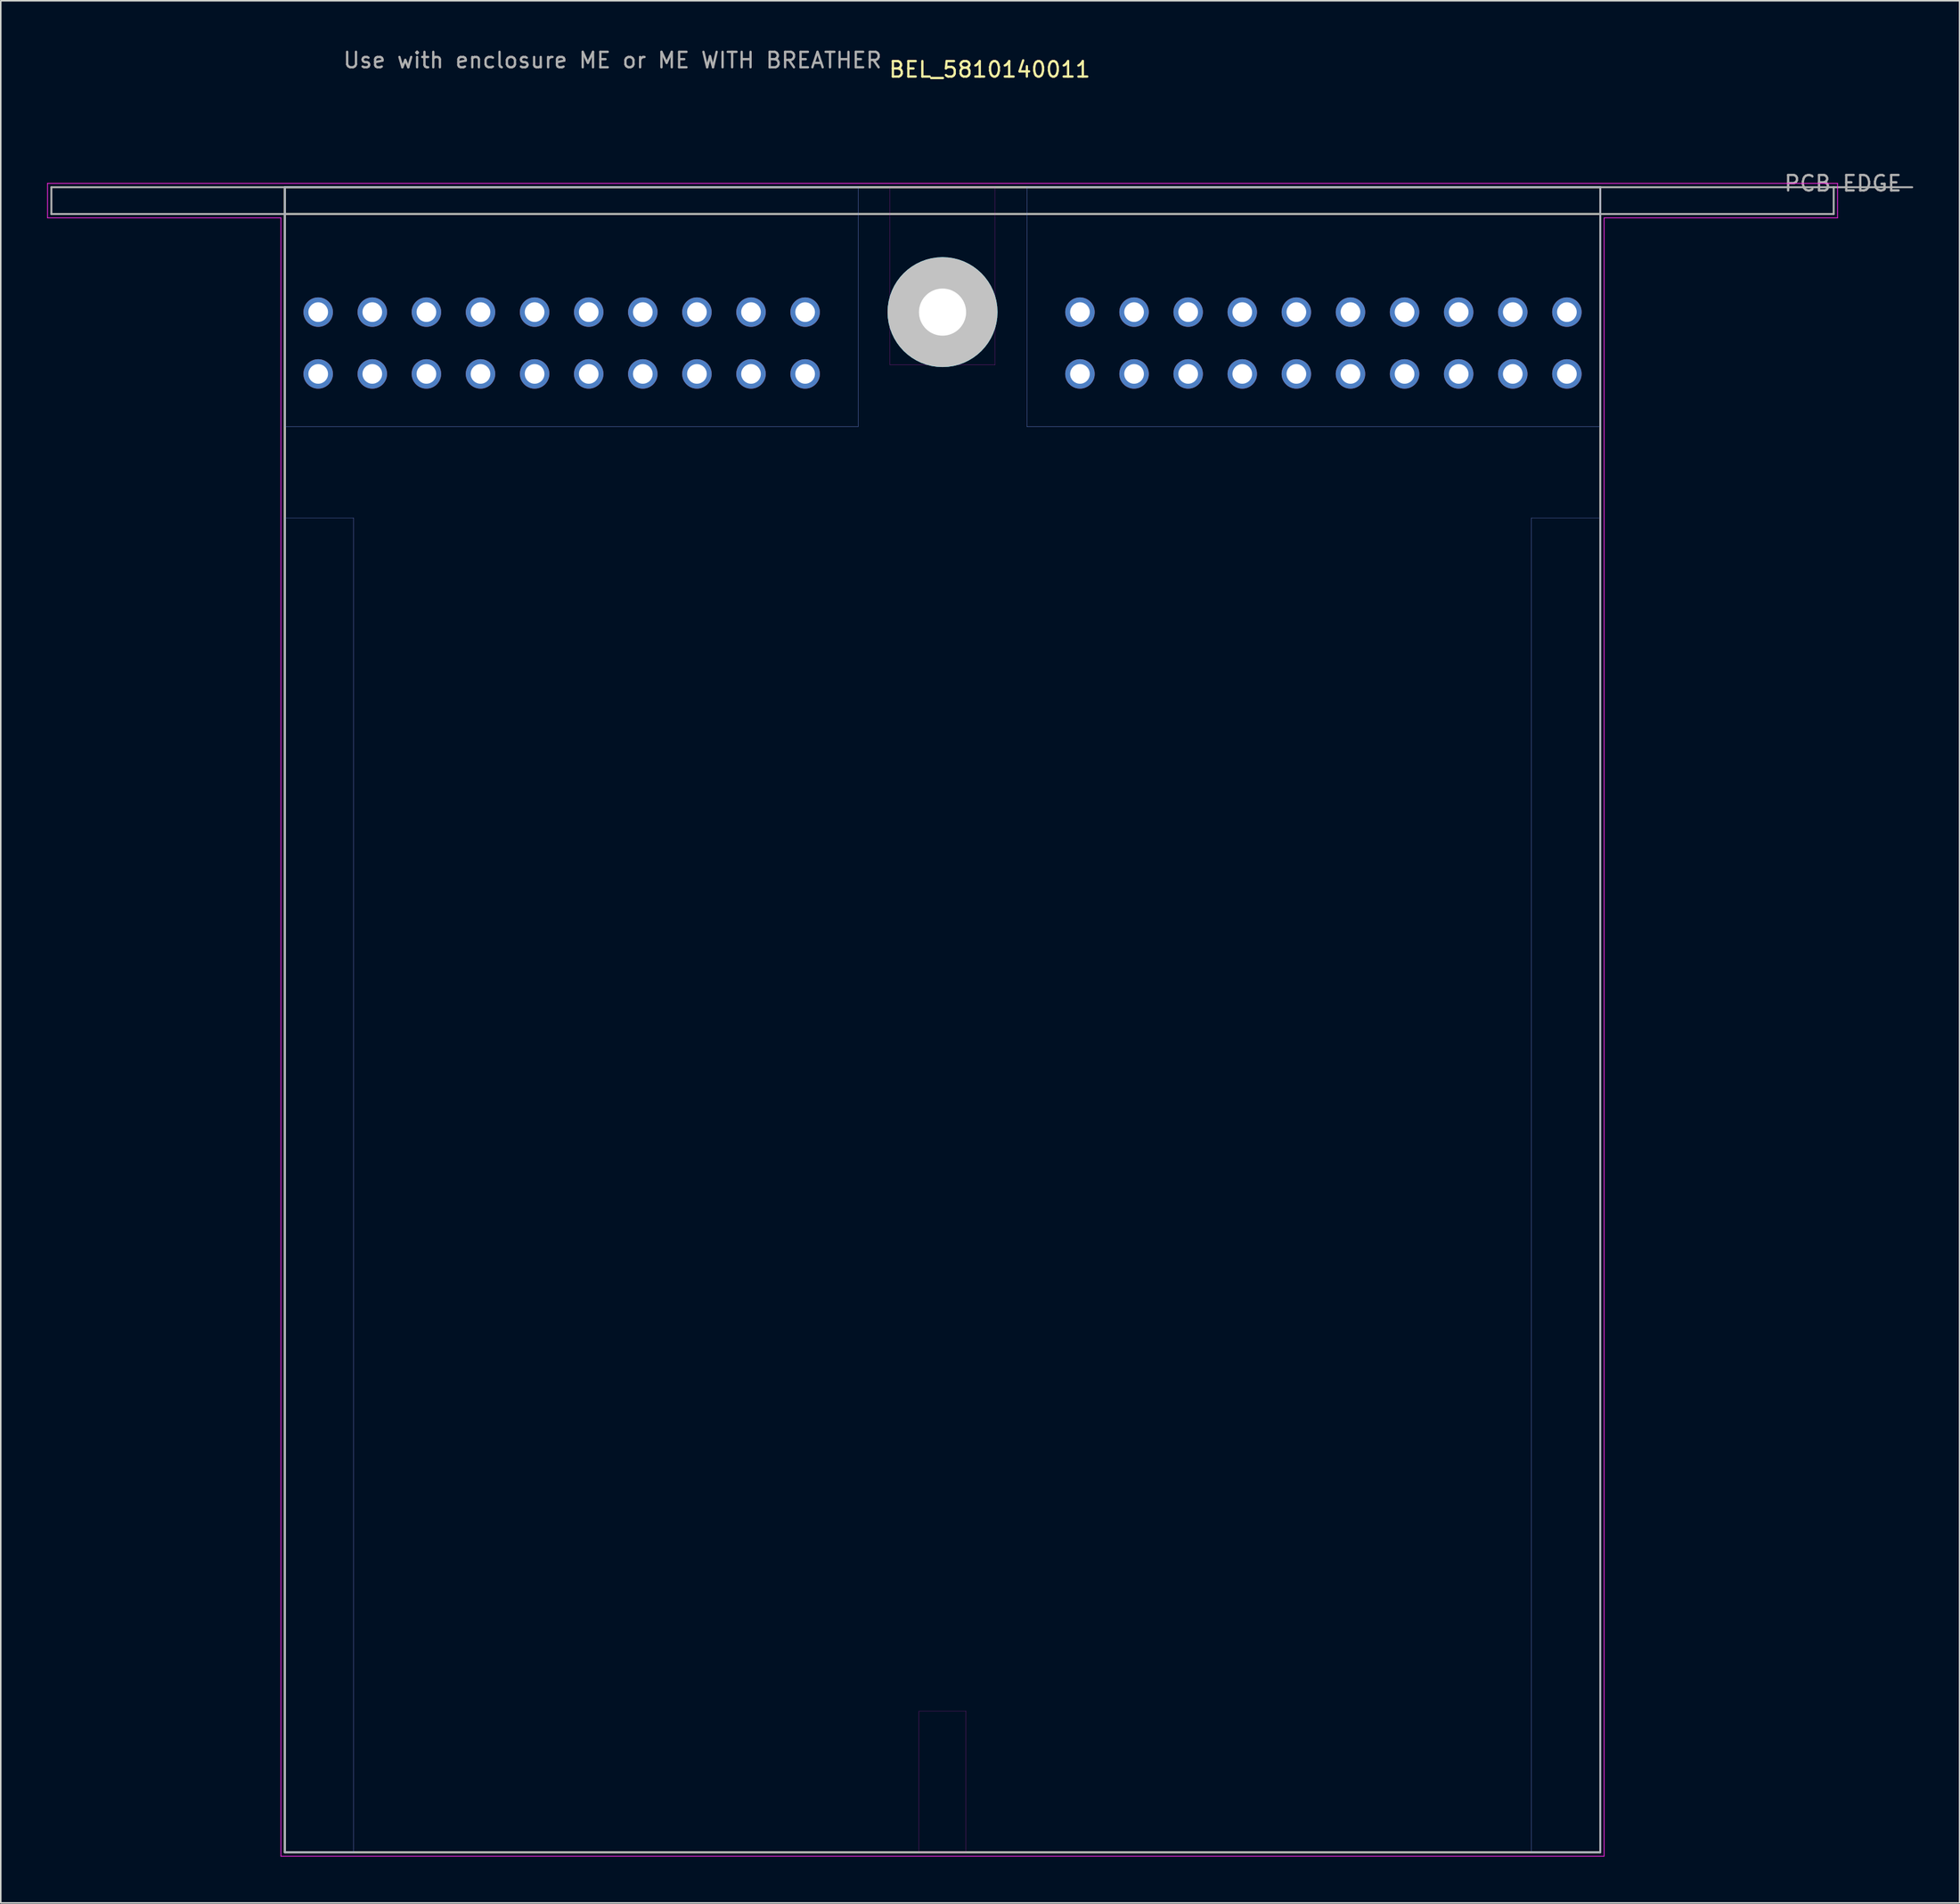
<source format=kicad_pcb>
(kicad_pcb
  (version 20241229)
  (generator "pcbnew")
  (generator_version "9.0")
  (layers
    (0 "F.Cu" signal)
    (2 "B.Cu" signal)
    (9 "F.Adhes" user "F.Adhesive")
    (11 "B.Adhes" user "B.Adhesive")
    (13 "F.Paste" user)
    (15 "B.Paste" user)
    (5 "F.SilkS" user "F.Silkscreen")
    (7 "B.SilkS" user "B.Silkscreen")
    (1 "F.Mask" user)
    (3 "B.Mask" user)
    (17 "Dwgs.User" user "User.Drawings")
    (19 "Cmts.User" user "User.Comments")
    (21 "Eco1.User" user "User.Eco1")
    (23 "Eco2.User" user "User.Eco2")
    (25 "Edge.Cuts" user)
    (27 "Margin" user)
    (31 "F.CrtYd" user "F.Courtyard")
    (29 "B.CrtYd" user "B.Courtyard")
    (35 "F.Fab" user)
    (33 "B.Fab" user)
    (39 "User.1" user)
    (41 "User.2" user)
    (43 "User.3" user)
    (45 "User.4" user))
  (footprint "BEL_5810140011"
    (layer "F.Cu")
    (at 57.925 17.148)
    (property "Reference" "BEL_5810140011" (at 3.05 -15.7 0) (layer "F.SilkS") (effects (font (size 1 1) (thickness 0.15))))
    (attr through_hole)
    (fp_line (start -42.55 -8.08) (end 42.55 -8.08) (stroke (width 0.127) (type solid)) (layer "F.SilkS"))
    (fp_line (start -42.55 -6.35) (end 42.55 -6.35) (stroke (width 0.127) (type solid)) (layer "F.SilkS"))
    (fp_line (start -42.55 99.67) (end -42.55 -8.08) (stroke (width 0.127) (type solid)) (layer "F.SilkS"))
    (fp_line (start 42.55 -8.08) (end 42.55 99.67) (stroke (width 0.127) (type solid)) (layer "F.SilkS"))
    (fp_line (start 42.55 99.67) (end -42.55 99.67) (stroke (width 0.127) (type solid)) (layer "F.SilkS"))
    (fp_circle (center 0 0) (end 1.778 0) (stroke (width 3.555) (type solid)) (fill no) (layer "Dwgs.User"))
    (fp_line (start -42.55 -8.08) (end 42.55 -8.08) (stroke (width 0.01) (type solid)) (layer "Edge.Cuts"))
    (fp_line (start -42.55 99.67) (end -42.55 -8.08) (stroke (width 0.01) (type solid)) (layer "Edge.Cuts"))
    (fp_line (start 42.55 -8.08) (end 42.55 99.67) (stroke (width 0.01) (type solid)) (layer "Edge.Cuts"))
    (fp_line (start 42.55 99.67) (end -42.55 99.67) (stroke (width 0.01) (type solid)) (layer "Edge.Cuts"))
    (fp_circle (center 0 0) (end 1.778 0) (stroke (width 3.555) (type solid)) (fill no) (layer "B.CrtYd"))
    (fp_poly (pts (xy -42.55 -8.08) (xy -5.46 -8.08) (xy -5.46 7.42) (xy -42.55 7.42)) (stroke (width 0.01) (type solid)) (fill no) (layer "B.CrtYd"))
    (fp_poly (pts (xy -42.55 13.31) (xy -38.1 13.31) (xy -38.1 99.67) (xy -42.55 99.67)) (stroke (width 0.01) (type solid)) (fill no) (layer "B.CrtYd"))
    (fp_poly (pts (xy 5.46 -8.08) (xy 42.55 -8.08) (xy 42.55 7.42) (xy 5.46 7.42)) (stroke (width 0.01) (type solid)) (fill no) (layer "B.CrtYd"))
    (fp_poly (pts (xy 38.1 13.31) (xy 42.55 13.31) (xy 42.55 99.67) (xy 38.1 99.67)) (stroke (width 0.01) (type solid)) (fill no) (layer "B.CrtYd"))
    (fp_line (start -57.9 -8.33) (end -57.9 -6.1) (stroke (width 0.05) (type solid)) (layer "F.CrtYd"))
    (fp_line (start -57.9 -6.1) (end -42.8 -6.1) (stroke (width 0.05) (type solid)) (layer "F.CrtYd"))
    (fp_line (start -42.8 -6.1) (end -42.8 99.92) (stroke (width 0.05) (type solid)) (layer "F.CrtYd"))
    (fp_line (start -42.8 99.92) (end 42.8 99.92) (stroke (width 0.05) (type solid)) (layer "F.CrtYd"))
    (fp_line (start 42.8 -6.1) (end 57.9 -6.1) (stroke (width 0.05) (type solid)) (layer "F.CrtYd"))
    (fp_line (start 42.8 99.92) (end 42.8 -6.1) (stroke (width 0.05) (type solid)) (layer "F.CrtYd"))
    (fp_line (start 57.9 -8.33) (end -57.9 -8.33) (stroke (width 0.05) (type solid)) (layer "F.CrtYd"))
    (fp_line (start 57.9 -6.1) (end 57.9 -8.33) (stroke (width 0.05) (type solid)) (layer "F.CrtYd"))
    (fp_poly (pts (xy -42.55 -8.08) (xy -5.46 -8.08) (xy -5.46 7.42) (xy -42.55 7.42)) (stroke (width 0.01) (type solid)) (fill no) (layer "F.CrtYd"))
    (fp_poly (pts (xy -42.55 13.31) (xy -38.1 13.31) (xy -38.1 99.67) (xy -42.55 99.67)) (stroke (width 0.01) (type solid)) (fill no) (layer "F.CrtYd"))
    (fp_poly (pts (xy -3.4 -8.08) (xy 3.4 -8.08) (xy 3.4 3.42) (xy -3.4 3.42)) (stroke (width 0.01) (type solid)) (fill no) (layer "F.CrtYd"))
    (fp_poly (pts (xy -1.52 90.53) (xy 1.52 90.53) (xy 1.52 99.67) (xy -1.52 99.67)) (stroke (width 0.01) (type solid)) (fill no) (layer "F.CrtYd"))
    (fp_poly (pts (xy 5.46 -8.08) (xy 42.55 -8.08) (xy 42.55 7.42) (xy 5.46 7.42)) (stroke (width 0.01) (type solid)) (fill no) (layer "F.CrtYd"))
    (fp_poly (pts (xy 38.1 13.31) (xy 42.55 13.31) (xy 42.55 99.67) (xy 38.1 99.67)) (stroke (width 0.01) (type solid)) (fill no) (layer "F.CrtYd"))
    (fp_line (start -57.65 -8.08) (end -57.65 -6.35) (stroke (width 0.127) (type solid)) (layer "F.Fab"))
    (fp_line (start -57.65 -8.08) (end -42.55 -8.08) (stroke (width 0.127) (type solid)) (layer "F.Fab"))
    (fp_line (start -57.65 -6.35) (end 57.65 -6.35) (stroke (width 0.127) (type solid)) (layer "F.Fab"))
    (fp_line (start -42.55 -8.08) (end 42.55 -8.08) (stroke (width 0.127) (type solid)) (layer "F.Fab"))
    (fp_line (start -42.55 99.67) (end -42.55 -8.08) (stroke (width 0.127) (type solid)) (layer "F.Fab"))
    (fp_line (start 42.55 -8.08) (end 42.55 99.67) (stroke (width 0.127) (type solid)) (layer "F.Fab"))
    (fp_line (start 42.55 -8.08) (end 57.65 -8.08) (stroke (width 0.127) (type solid)) (layer "F.Fab"))
    (fp_line (start 42.55 99.67) (end -42.55 99.67) (stroke (width 0.127) (type solid)) (layer "F.Fab"))
    (fp_line (start 57.65 -8.08) (end 62.73 -8.08) (stroke (width 0.127) (type solid)) (layer "F.Fab"))
    (fp_line (start 57.65 -6.35) (end 57.65 -8.08) (stroke (width 0.127) (type solid)) (layer "F.Fab"))
    (fp_text user "PCB EDGE" (at 58.25 -8.33 0) (layer "F.Fab") (effects (font (size 1 1) (thickness 0.15))))
    (fp_text user "Use with enclosure ME or ME WITH BREATHER" (at -21.35 -16.3 0) (layer "F.Fab") (effects (font (size 1 1) (thickness 0.15))))
    (pad "" np_thru_hole circle (at 0 0) (size 3.05 3.05) (drill 3.05) (layers "*.Cu" "*.Mask"))
    (pad "1_A" thru_hole circle (at 40.39 4) (size 1.905 1.905) (drill 1.27) (layers "*.Cu" "*.Mask"))
    (pad "1_B" thru_hole circle (at -8.89 4) (size 1.905 1.905) (drill 1.27) (layers "*.Cu" "*.Mask"))
    (pad "2_A" thru_hole circle (at 36.89 4) (size 1.905 1.905) (drill 1.27) (layers "*.Cu" "*.Mask"))
    (pad "2_B" thru_hole circle (at -12.39 4) (size 1.905 1.905) (drill 1.27) (layers "*.Cu" "*.Mask"))
    (pad "3_A" thru_hole circle (at 33.39 4) (size 1.905 1.905) (drill 1.27) (layers "*.Cu" "*.Mask"))
    (pad "3_B" thru_hole circle (at -15.89 4) (size 1.905 1.905) (drill 1.27) (layers "*.Cu" "*.Mask"))
    (pad "4_A" thru_hole circle (at 29.89 4) (size 1.905 1.905) (drill 1.27) (layers "*.Cu" "*.Mask"))
    (pad "4_B" thru_hole circle (at -19.39 4) (size 1.905 1.905) (drill 1.27) (layers "*.Cu" "*.Mask"))
    (pad "5_A" thru_hole circle (at 26.39 4) (size 1.905 1.905) (drill 1.27) (layers "*.Cu" "*.Mask"))
    (pad "5_B" thru_hole circle (at -22.89 4) (size 1.905 1.905) (drill 1.27) (layers "*.Cu" "*.Mask"))
    (pad "6_A" thru_hole circle (at 22.89 4) (size 1.905 1.905) (drill 1.27) (layers "*.Cu" "*.Mask"))
    (pad "6_B" thru_hole circle (at -26.39 4) (size 1.905 1.905) (drill 1.27) (layers "*.Cu" "*.Mask"))
    (pad "7_A" thru_hole circle (at 19.39 4) (size 1.905 1.905) (drill 1.27) (layers "*.Cu" "*.Mask"))
    (pad "7_B" thru_hole circle (at -29.89 4) (size 1.905 1.905) (drill 1.27) (layers "*.Cu" "*.Mask"))
    (pad "8_A" thru_hole circle (at 15.89 4) (size 1.905 1.905) (drill 1.27) (layers "*.Cu" "*.Mask"))
    (pad "8_B" thru_hole circle (at -33.39 4) (size 1.905 1.905) (drill 1.27) (layers "*.Cu" "*.Mask"))
    (pad "9_A" thru_hole circle (at 12.39 4) (size 1.905 1.905) (drill 1.27) (layers "*.Cu" "*.Mask"))
    (pad "9_B" thru_hole circle (at -36.89 4) (size 1.905 1.905) (drill 1.27) (layers "*.Cu" "*.Mask"))
    (pad "10_A" thru_hole circle (at 8.89 4) (size 1.905 1.905) (drill 1.27) (layers "*.Cu" "*.Mask"))
    (pad "10_B" thru_hole circle (at -40.39 4) (size 1.905 1.905) (drill 1.27) (layers "*.Cu" "*.Mask"))
    (pad "11_A" thru_hole circle (at 40.39 0) (size 1.905 1.905) (drill 1.27) (layers "*.Cu" "*.Mask"))
    (pad "11_B" thru_hole circle (at -8.89 0) (size 1.905 1.905) (drill 1.27) (layers "*.Cu" "*.Mask"))
    (pad "12_A" thru_hole circle (at 36.89 0) (size 1.905 1.905) (drill 1.27) (layers "*.Cu" "*.Mask"))
    (pad "12_B" thru_hole circle (at -12.39 0) (size 1.905 1.905) (drill 1.27) (layers "*.Cu" "*.Mask"))
    (pad "13_A" thru_hole circle (at 33.39 0) (size 1.905 1.905) (drill 1.27) (layers "*.Cu" "*.Mask"))
    (pad "13_B" thru_hole circle (at -15.89 0) (size 1.905 1.905) (drill 1.27) (layers "*.Cu" "*.Mask"))
    (pad "14_A" thru_hole circle (at 29.89 0) (size 1.905 1.905) (drill 1.27) (layers "*.Cu" "*.Mask"))
    (pad "14_B" thru_hole circle (at -19.39 0) (size 1.905 1.905) (drill 1.27) (layers "*.Cu" "*.Mask"))
    (pad "15_A" thru_hole circle (at 26.39 0) (size 1.905 1.905) (drill 1.27) (layers "*.Cu" "*.Mask"))
    (pad "15_B" thru_hole circle (at -22.89 0) (size 1.905 1.905) (drill 1.27) (layers "*.Cu" "*.Mask"))
    (pad "16_A" thru_hole circle (at 22.89 0) (size 1.905 1.905) (drill 1.27) (layers "*.Cu" "*.Mask"))
    (pad "16_B" thru_hole circle (at -26.39 0) (size 1.905 1.905) (drill 1.27) (layers "*.Cu" "*.Mask"))
    (pad "17_A" thru_hole circle (at 19.39 0) (size 1.905 1.905) (drill 1.27) (layers "*.Cu" "*.Mask"))
    (pad "17_B" thru_hole circle (at -29.89 0) (size 1.905 1.905) (drill 1.27) (layers "*.Cu" "*.Mask"))
    (pad "18_A" thru_hole circle (at 15.89 0) (size 1.905 1.905) (drill 1.27) (layers "*.Cu" "*.Mask"))
    (pad "18_B" thru_hole circle (at -33.39 0) (size 1.905 1.905) (drill 1.27) (layers "*.Cu" "*.Mask"))
    (pad "19_A" thru_hole circle (at 12.39 0) (size 1.905 1.905) (drill 1.27) (layers "*.Cu" "*.Mask"))
    (pad "19_B" thru_hole circle (at -36.89 0) (size 1.905 1.905) (drill 1.27) (layers "*.Cu" "*.Mask"))
    (pad "20_A" thru_hole circle (at 8.89 0) (size 1.905 1.905) (drill 1.27) (layers "*.Cu" "*.Mask"))
    (pad "20_B" thru_hole circle (at -40.39 0) (size 1.905 1.905) (drill 1.27) (layers "*.Cu" "*.Mask"))
    (zone (net_name "") (layer "F.Cu") (hatch full 0.508) (connect_pads) (min_thickness 0.01) (filled_areas_thickness no) (keepout (tracks not_allowed) (vias not_allowed) (pads not_allowed) (copperpour not_allowed) (footprints allowed)) (placement (enabled no)) (fill) (polygon (pts (xy 15.375 30.458) (xy 19.825 30.458) (xy 19.825 116.818) (xy 15.375 116.818))))
    (zone (net_name "") (layer "F.Cu") (hatch full 0.508) (connect_pads) (min_thickness 0.01) (filled_areas_thickness no) (keepout (tracks not_allowed) (vias not_allowed) (pads not_allowed) (copperpour not_allowed) (footprints allowed)) (placement (enabled no)) (fill) (polygon (pts (xy 54.525 9.068) (xy 61.325 9.068) (xy 61.325 20.568) (xy 54.525 20.568))))
    (zone (net_name "") (layer "F.Cu") (hatch full 0.508) (connect_pads) (min_thickness 0.01) (filled_areas_thickness no) (keepout (tracks not_allowed) (vias not_allowed) (pads not_allowed) (copperpour not_allowed) (footprints allowed)) (placement (enabled no)) (fill) (polygon (pts (xy 56.405 107.678) (xy 59.445 107.678) (xy 59.445 116.818) (xy 56.405 116.818))))
    (zone (net_name "") (layer "F.Cu") (hatch full 0.508) (connect_pads) (min_thickness 0.01) (filled_areas_thickness no) (keepout (tracks not_allowed) (vias not_allowed) (pads not_allowed) (copperpour not_allowed) (footprints allowed)) (placement (enabled no)) (fill) (polygon (pts (xy 96.025 30.458) (xy 100.475 30.458) (xy 100.475 116.818) (xy 96.025 116.818))))
    (zone (net_name "") (layers "F.Cu" "B.Cu") (hatch full 0.508) (connect_pads) (min_thickness 0.01) (filled_areas_thickness no) (keepout (tracks allowed) (vias not_allowed) (pads allowed) (copperpour allowed) (footprints allowed)) (placement (enabled no)) (fill) (polygon (pts (xy 15.375 30.458) (xy 19.825 30.458) (xy 19.825 116.818) (xy 15.375 116.818))))
    (zone (net_name "") (layers "F.Cu" "B.Cu") (hatch full 0.508) (connect_pads) (min_thickness 0.01) (filled_areas_thickness no) (keepout (tracks allowed) (vias not_allowed) (pads allowed) (copperpour allowed) (footprints allowed)) (placement (enabled no)) (fill) (polygon (pts (xy 54.525 9.068) (xy 61.325 9.068) (xy 61.325 20.568) (xy 54.525 20.568))))
    (zone (net_name "") (layers "F.Cu" "B.Cu") (hatch full 0.508) (connect_pads) (min_thickness 0.01) (filled_areas_thickness no) (keepout (tracks allowed) (vias not_allowed) (pads allowed) (copperpour allowed) (footprints allowed)) (placement (enabled no)) (fill) (polygon (pts (xy 56.405 107.678) (xy 59.445 107.678) (xy 59.445 116.818) (xy 56.405 116.818))))
    (zone (net_name "") (layers "F.Cu" "B.Cu") (hatch full 0.508) (connect_pads) (min_thickness 0.01) (filled_areas_thickness no) (keepout (tracks allowed) (vias not_allowed) (pads allowed) (copperpour allowed) (footprints allowed)) (placement (enabled no)) (fill) (polygon (pts (xy 96.025 30.458) (xy 100.475 30.458) (xy 100.475 116.818) (xy 96.025 116.818))))
    (zone (net_name "") (layer "B.Cu") (hatch full 0.508) (connect_pads) (min_thickness 0.01) (filled_areas_thickness no) (keepout (tracks not_allowed) (vias not_allowed) (pads not_allowed) (copperpour not_allowed) (footprints allowed)) (placement (enabled no)) (fill) (polygon (pts (xy 15.375 30.458) (xy 19.825 30.458) (xy 19.825 116.818) (xy 15.375 116.818))))
    (zone (net_name "") (layer "B.Cu") (hatch full 0.508) (connect_pads) (min_thickness 0.01) (filled_areas_thickness no) (keepout (tracks not_allowed) (vias not_allowed) (pads not_allowed) (copperpour not_allowed) (footprints allowed)) (placement (enabled no)) (fill) (polygon (pts (xy 96.025 30.458) (xy 100.475 30.458) (xy 100.475 116.818) (xy 96.025 116.818)))))
  (gr_rect
    (start -3 -3)
    (end 123.719 120.093)
    (stroke (width 0.1) (type default))
    (fill no)
    (layer "Edge.Cuts")))
</source>
